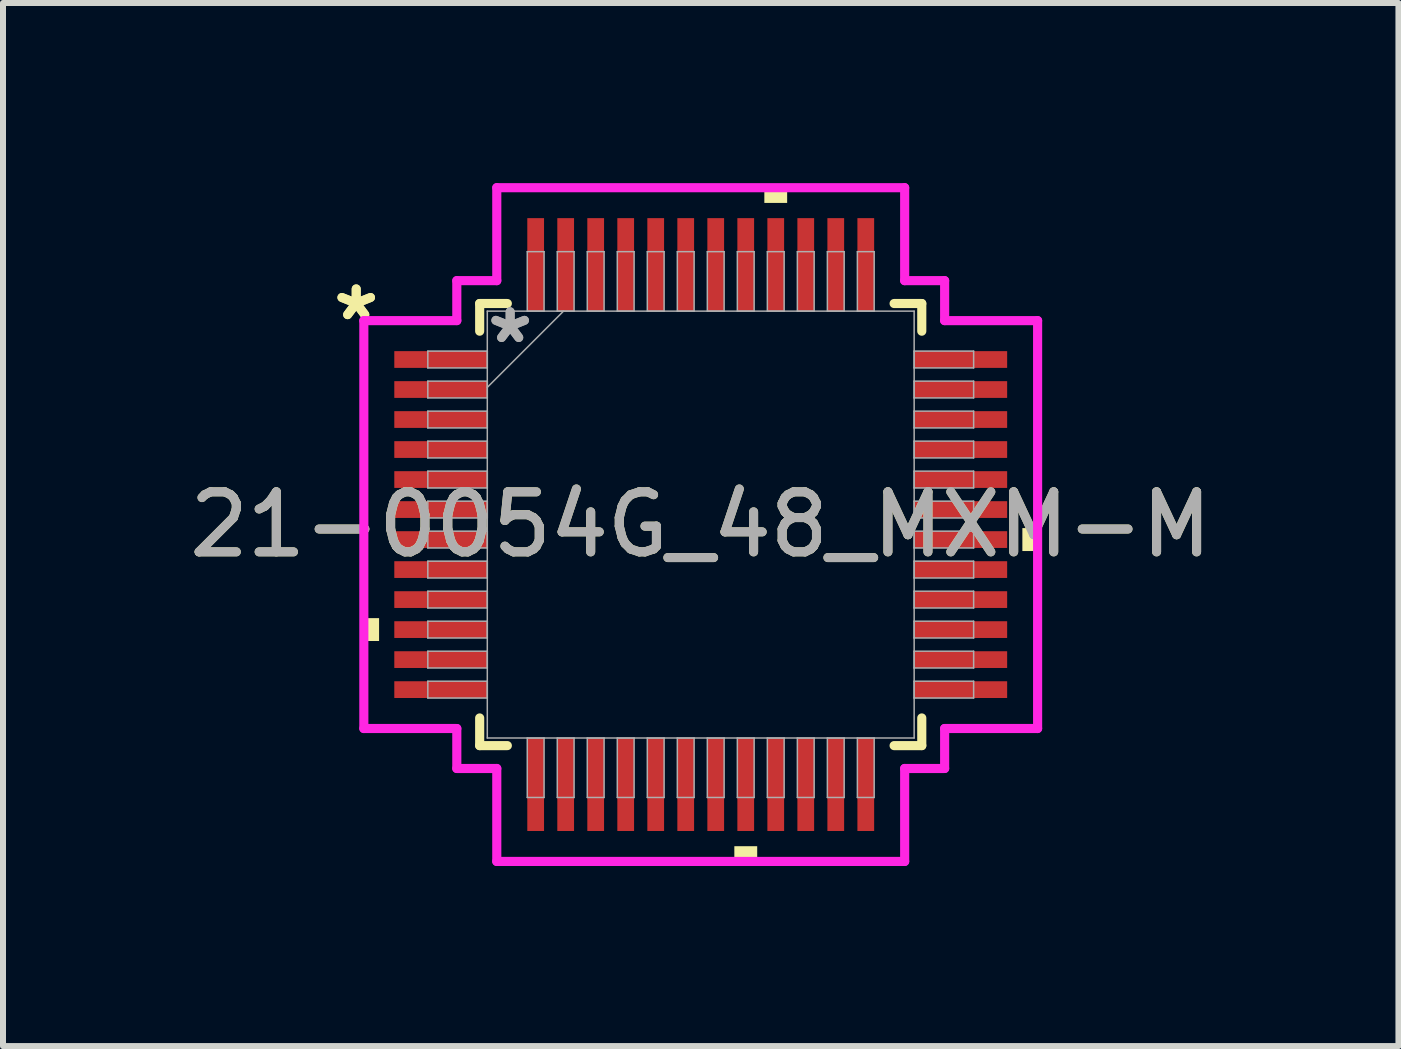
<source format=kicad_pcb>
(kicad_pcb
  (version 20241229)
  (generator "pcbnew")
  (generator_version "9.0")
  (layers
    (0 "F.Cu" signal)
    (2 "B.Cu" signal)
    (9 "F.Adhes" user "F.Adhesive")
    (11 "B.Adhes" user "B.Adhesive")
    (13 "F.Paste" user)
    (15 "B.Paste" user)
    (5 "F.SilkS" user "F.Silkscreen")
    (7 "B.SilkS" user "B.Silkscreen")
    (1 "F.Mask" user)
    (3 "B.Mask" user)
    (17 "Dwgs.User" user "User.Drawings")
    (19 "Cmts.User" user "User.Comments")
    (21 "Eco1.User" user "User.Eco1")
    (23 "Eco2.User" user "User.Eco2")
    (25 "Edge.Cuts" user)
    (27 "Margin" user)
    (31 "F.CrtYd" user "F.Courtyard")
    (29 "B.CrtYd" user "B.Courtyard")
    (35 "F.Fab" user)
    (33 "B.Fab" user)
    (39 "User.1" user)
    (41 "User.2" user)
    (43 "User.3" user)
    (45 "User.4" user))
  (footprint "21-0054G_48_MXM-M"
    (layer "F.Cu")
    (at 8.625 5.69)
    (property "Reference" "21-0054G_48_MXM-M" (at 0 0 0) (unlocked yes) (layer "F.SilkS") (effects (font (size 1 1) (thickness 0.15))))
    (attr smd)
    (fp_line (start -3.683 -3.683) (end -3.683 -3.222) (stroke (width 0.152) (type solid)) (layer "F.SilkS"))
    (fp_line (start -3.683 3.222) (end -3.683 3.683) (stroke (width 0.152) (type solid)) (layer "F.SilkS"))
    (fp_line (start -3.683 3.683) (end -3.222 3.683) (stroke (width 0.152) (type solid)) (layer "F.SilkS"))
    (fp_line (start -3.222 -3.683) (end -3.683 -3.683) (stroke (width 0.152) (type solid)) (layer "F.SilkS"))
    (fp_line (start 3.222 3.683) (end 3.683 3.683) (stroke (width 0.152) (type solid)) (layer "F.SilkS"))
    (fp_line (start 3.683 -3.683) (end 3.222 -3.683) (stroke (width 0.152) (type solid)) (layer "F.SilkS"))
    (fp_line (start 3.683 -3.222) (end 3.683 -3.683) (stroke (width 0.152) (type solid)) (layer "F.SilkS"))
    (fp_line (start 3.683 3.683) (end 3.683 3.222) (stroke (width 0.152) (type solid)) (layer "F.SilkS"))
    (fp_poly (pts (xy -5.613 1.559) (xy -5.613 1.94) (xy -5.359 1.94) (xy -5.359 1.559)) (stroke (width 0) (type solid)) (fill yes) (layer "F.SilkS"))
    (fp_poly (pts (xy 0.56 5.359) (xy 0.56 5.613) (xy 0.941 5.613) (xy 0.941 5.359)) (stroke (width 0) (type solid)) (fill yes) (layer "F.SilkS"))
    (fp_poly (pts (xy 1.06 -5.359) (xy 1.06 -5.613) (xy 1.44 -5.613) (xy 1.44 -5.359)) (stroke (width 0) (type solid)) (fill yes) (layer "F.SilkS"))
    (fp_poly (pts (xy 5.613 0.059) (xy 5.613 0.441) (xy 5.359 0.441) (xy 5.359 0.059)) (stroke (width 0) (type solid)) (fill yes) (layer "F.SilkS"))
    (fp_line (start -5.613 -3.398) (end -4.064 -3.398) (stroke (width 0.152) (type solid)) (layer "F.CrtYd"))
    (fp_line (start -5.613 3.398) (end -5.613 -3.398) (stroke (width 0.152) (type solid)) (layer "F.CrtYd"))
    (fp_line (start -4.064 -4.064) (end -3.398 -4.064) (stroke (width 0.152) (type solid)) (layer "F.CrtYd"))
    (fp_line (start -4.064 -3.398) (end -4.064 -4.064) (stroke (width 0.152) (type solid)) (layer "F.CrtYd"))
    (fp_line (start -4.064 3.398) (end -5.613 3.398) (stroke (width 0.152) (type solid)) (layer "F.CrtYd"))
    (fp_line (start -4.064 4.064) (end -4.064 3.398) (stroke (width 0.152) (type solid)) (layer "F.CrtYd"))
    (fp_line (start -4.064 4.064) (end -3.398 4.064) (stroke (width 0.152) (type solid)) (layer "F.CrtYd"))
    (fp_line (start -3.398 -5.613) (end 3.398 -5.613) (stroke (width 0.152) (type solid)) (layer "F.CrtYd"))
    (fp_line (start -3.398 -4.064) (end -3.398 -5.613) (stroke (width 0.152) (type solid)) (layer "F.CrtYd"))
    (fp_line (start -3.398 4.064) (end -3.398 5.613) (stroke (width 0.152) (type solid)) (layer "F.CrtYd"))
    (fp_line (start -3.398 5.613) (end 3.398 5.613) (stroke (width 0.152) (type solid)) (layer "F.CrtYd"))
    (fp_line (start 3.398 -5.613) (end 3.398 -4.064) (stroke (width 0.152) (type solid)) (layer "F.CrtYd"))
    (fp_line (start 3.398 -4.064) (end 4.064 -4.064) (stroke (width 0.152) (type solid)) (layer "F.CrtYd"))
    (fp_line (start 3.398 4.064) (end 4.064 4.064) (stroke (width 0.152) (type solid)) (layer "F.CrtYd"))
    (fp_line (start 3.398 5.613) (end 3.398 4.064) (stroke (width 0.152) (type solid)) (layer "F.CrtYd"))
    (fp_line (start 4.064 -3.398) (end 4.064 -4.064) (stroke (width 0.152) (type solid)) (layer "F.CrtYd"))
    (fp_line (start 4.064 3.398) (end 5.613 3.398) (stroke (width 0.152) (type solid)) (layer "F.CrtYd"))
    (fp_line (start 4.064 4.064) (end 4.064 3.398) (stroke (width 0.152) (type solid)) (layer "F.CrtYd"))
    (fp_line (start 5.613 -3.398) (end 4.064 -3.398) (stroke (width 0.152) (type solid)) (layer "F.CrtYd"))
    (fp_line (start 5.613 3.398) (end 5.613 -3.398) (stroke (width 0.152) (type solid)) (layer "F.CrtYd"))
    (fp_line (start -4.547 -2.89) (end -4.547 -2.61) (stroke (width 0.025) (type solid)) (layer "F.Fab"))
    (fp_line (start -4.547 -2.61) (end -3.556 -2.61) (stroke (width 0.025) (type solid)) (layer "F.Fab"))
    (fp_line (start -4.547 -2.39) (end -4.547 -2.11) (stroke (width 0.025) (type solid)) (layer "F.Fab"))
    (fp_line (start -4.547 -2.11) (end -3.556 -2.11) (stroke (width 0.025) (type solid)) (layer "F.Fab"))
    (fp_line (start -4.547 -1.89) (end -4.547 -1.61) (stroke (width 0.025) (type solid)) (layer "F.Fab"))
    (fp_line (start -4.547 -1.61) (end -3.556 -1.61) (stroke (width 0.025) (type solid)) (layer "F.Fab"))
    (fp_line (start -4.547 -1.39) (end -4.547 -1.11) (stroke (width 0.025) (type solid)) (layer "F.Fab"))
    (fp_line (start -4.547 -1.11) (end -3.556 -1.11) (stroke (width 0.025) (type solid)) (layer "F.Fab"))
    (fp_line (start -4.547 -0.89) (end -4.547 -0.61) (stroke (width 0.025) (type solid)) (layer "F.Fab"))
    (fp_line (start -4.547 -0.61) (end -3.556 -0.61) (stroke (width 0.025) (type solid)) (layer "F.Fab"))
    (fp_line (start -4.547 -0.39) (end -4.547 -0.11) (stroke (width 0.025) (type solid)) (layer "F.Fab"))
    (fp_line (start -4.547 -0.11) (end -3.556 -0.11) (stroke (width 0.025) (type solid)) (layer "F.Fab"))
    (fp_line (start -4.547 0.11) (end -4.547 0.39) (stroke (width 0.025) (type solid)) (layer "F.Fab"))
    (fp_line (start -4.547 0.39) (end -3.556 0.39) (stroke (width 0.025) (type solid)) (layer "F.Fab"))
    (fp_line (start -4.547 0.61) (end -4.547 0.89) (stroke (width 0.025) (type solid)) (layer "F.Fab"))
    (fp_line (start -4.547 0.89) (end -3.556 0.89) (stroke (width 0.025) (type solid)) (layer "F.Fab"))
    (fp_line (start -4.547 1.11) (end -4.547 1.39) (stroke (width 0.025) (type solid)) (layer "F.Fab"))
    (fp_line (start -4.547 1.39) (end -3.556 1.39) (stroke (width 0.025) (type solid)) (layer "F.Fab"))
    (fp_line (start -4.547 1.61) (end -4.547 1.89) (stroke (width 0.025) (type solid)) (layer "F.Fab"))
    (fp_line (start -4.547 1.89) (end -3.556 1.89) (stroke (width 0.025) (type solid)) (layer "F.Fab"))
    (fp_line (start -4.547 2.11) (end -4.547 2.39) (stroke (width 0.025) (type solid)) (layer "F.Fab"))
    (fp_line (start -4.547 2.39) (end -3.556 2.39) (stroke (width 0.025) (type solid)) (layer "F.Fab"))
    (fp_line (start -4.547 2.61) (end -4.547 2.89) (stroke (width 0.025) (type solid)) (layer "F.Fab"))
    (fp_line (start -4.547 2.89) (end -3.556 2.89) (stroke (width 0.025) (type solid)) (layer "F.Fab"))
    (fp_line (start -3.556 -3.556) (end -3.556 3.556) (stroke (width 0.025) (type solid)) (layer "F.Fab"))
    (fp_line (start -3.556 -2.89) (end -4.547 -2.89) (stroke (width 0.025) (type solid)) (layer "F.Fab"))
    (fp_line (start -3.556 -2.61) (end -3.556 -2.89) (stroke (width 0.025) (type solid)) (layer "F.Fab"))
    (fp_line (start -3.556 -2.39) (end -4.547 -2.39) (stroke (width 0.025) (type solid)) (layer "F.Fab"))
    (fp_line (start -3.556 -2.286) (end -2.286 -3.556) (stroke (width 0.025) (type solid)) (layer "F.Fab"))
    (fp_line (start -3.556 -2.11) (end -3.556 -2.39) (stroke (width 0.025) (type solid)) (layer "F.Fab"))
    (fp_line (start -3.556 -1.89) (end -4.547 -1.89) (stroke (width 0.025) (type solid)) (layer "F.Fab"))
    (fp_line (start -3.556 -1.61) (end -3.556 -1.89) (stroke (width 0.025) (type solid)) (layer "F.Fab"))
    (fp_line (start -3.556 -1.39) (end -4.547 -1.39) (stroke (width 0.025) (type solid)) (layer "F.Fab"))
    (fp_line (start -3.556 -1.11) (end -3.556 -1.39) (stroke (width 0.025) (type solid)) (layer "F.Fab"))
    (fp_line (start -3.556 -0.89) (end -4.547 -0.89) (stroke (width 0.025) (type solid)) (layer "F.Fab"))
    (fp_line (start -3.556 -0.61) (end -3.556 -0.89) (stroke (width 0.025) (type solid)) (layer "F.Fab"))
    (fp_line (start -3.556 -0.39) (end -4.547 -0.39) (stroke (width 0.025) (type solid)) (layer "F.Fab"))
    (fp_line (start -3.556 -0.11) (end -3.556 -0.39) (stroke (width 0.025) (type solid)) (layer "F.Fab"))
    (fp_line (start -3.556 0.11) (end -4.547 0.11) (stroke (width 0.025) (type solid)) (layer "F.Fab"))
    (fp_line (start -3.556 0.39) (end -3.556 0.11) (stroke (width 0.025) (type solid)) (layer "F.Fab"))
    (fp_line (start -3.556 0.61) (end -4.547 0.61) (stroke (width 0.025) (type solid)) (layer "F.Fab"))
    (fp_line (start -3.556 0.89) (end -3.556 0.61) (stroke (width 0.025) (type solid)) (layer "F.Fab"))
    (fp_line (start -3.556 1.11) (end -4.547 1.11) (stroke (width 0.025) (type solid)) (layer "F.Fab"))
    (fp_line (start -3.556 1.39) (end -3.556 1.11) (stroke (width 0.025) (type solid)) (layer "F.Fab"))
    (fp_line (start -3.556 1.61) (end -4.547 1.61) (stroke (width 0.025) (type solid)) (layer "F.Fab"))
    (fp_line (start -3.556 1.89) (end -3.556 1.61) (stroke (width 0.025) (type solid)) (layer "F.Fab"))
    (fp_line (start -3.556 2.11) (end -4.547 2.11) (stroke (width 0.025) (type solid)) (layer "F.Fab"))
    (fp_line (start -3.556 2.39) (end -3.556 2.11) (stroke (width 0.025) (type solid)) (layer "F.Fab"))
    (fp_line (start -3.556 2.61) (end -4.547 2.61) (stroke (width 0.025) (type solid)) (layer "F.Fab"))
    (fp_line (start -3.556 2.89) (end -3.556 2.61) (stroke (width 0.025) (type solid)) (layer "F.Fab"))
    (fp_line (start -3.556 3.556) (end 3.556 3.556) (stroke (width 0.025) (type solid)) (layer "F.Fab"))
    (fp_line (start -2.89 -4.547) (end -2.89 -3.556) (stroke (width 0.025) (type solid)) (layer "F.Fab"))
    (fp_line (start -2.89 -3.556) (end -2.61 -3.556) (stroke (width 0.025) (type solid)) (layer "F.Fab"))
    (fp_line (start -2.89 3.556) (end -2.89 4.547) (stroke (width 0.025) (type solid)) (layer "F.Fab"))
    (fp_line (start -2.89 4.547) (end -2.61 4.547) (stroke (width 0.025) (type solid)) (layer "F.Fab"))
    (fp_line (start -2.61 -4.547) (end -2.89 -4.547) (stroke (width 0.025) (type solid)) (layer "F.Fab"))
    (fp_line (start -2.61 -3.556) (end -2.61 -4.547) (stroke (width 0.025) (type solid)) (layer "F.Fab"))
    (fp_line (start -2.61 3.556) (end -2.89 3.556) (stroke (width 0.025) (type solid)) (layer "F.Fab"))
    (fp_line (start -2.61 4.547) (end -2.61 3.556) (stroke (width 0.025) (type solid)) (layer "F.Fab"))
    (fp_line (start -2.39 -4.547) (end -2.39 -3.556) (stroke (width 0.025) (type solid)) (layer "F.Fab"))
    (fp_line (start -2.39 -3.556) (end -2.11 -3.556) (stroke (width 0.025) (type solid)) (layer "F.Fab"))
    (fp_line (start -2.39 3.556) (end -2.39 4.547) (stroke (width 0.025) (type solid)) (layer "F.Fab"))
    (fp_line (start -2.39 4.547) (end -2.11 4.547) (stroke (width 0.025) (type solid)) (layer "F.Fab"))
    (fp_line (start -2.11 -4.547) (end -2.39 -4.547) (stroke (width 0.025) (type solid)) (layer "F.Fab"))
    (fp_line (start -2.11 -3.556) (end -2.11 -4.547) (stroke (width 0.025) (type solid)) (layer "F.Fab"))
    (fp_line (start -2.11 3.556) (end -2.39 3.556) (stroke (width 0.025) (type solid)) (layer "F.Fab"))
    (fp_line (start -2.11 4.547) (end -2.11 3.556) (stroke (width 0.025) (type solid)) (layer "F.Fab"))
    (fp_line (start -1.89 -4.547) (end -1.89 -3.556) (stroke (width 0.025) (type solid)) (layer "F.Fab"))
    (fp_line (start -1.89 -3.556) (end -1.61 -3.556) (stroke (width 0.025) (type solid)) (layer "F.Fab"))
    (fp_line (start -1.89 3.556) (end -1.89 4.547) (stroke (width 0.025) (type solid)) (layer "F.Fab"))
    (fp_line (start -1.89 4.547) (end -1.61 4.547) (stroke (width 0.025) (type solid)) (layer "F.Fab"))
    (fp_line (start -1.61 -4.547) (end -1.89 -4.547) (stroke (width 0.025) (type solid)) (layer "F.Fab"))
    (fp_line (start -1.61 -3.556) (end -1.61 -4.547) (stroke (width 0.025) (type solid)) (layer "F.Fab"))
    (fp_line (start -1.61 3.556) (end -1.89 3.556) (stroke (width 0.025) (type solid)) (layer "F.Fab"))
    (fp_line (start -1.61 4.547) (end -1.61 3.556) (stroke (width 0.025) (type solid)) (layer "F.Fab"))
    (fp_line (start -1.39 -4.547) (end -1.39 -3.556) (stroke (width 0.025) (type solid)) (layer "F.Fab"))
    (fp_line (start -1.39 -3.556) (end -1.11 -3.556) (stroke (width 0.025) (type solid)) (layer "F.Fab"))
    (fp_line (start -1.39 3.556) (end -1.39 4.547) (stroke (width 0.025) (type solid)) (layer "F.Fab"))
    (fp_line (start -1.39 4.547) (end -1.11 4.547) (stroke (width 0.025) (type solid)) (layer "F.Fab"))
    (fp_line (start -1.11 -4.547) (end -1.39 -4.547) (stroke (width 0.025) (type solid)) (layer "F.Fab"))
    (fp_line (start -1.11 -3.556) (end -1.11 -4.547) (stroke (width 0.025) (type solid)) (layer "F.Fab"))
    (fp_line (start -1.11 3.556) (end -1.39 3.556) (stroke (width 0.025) (type solid)) (layer "F.Fab"))
    (fp_line (start -1.11 4.547) (end -1.11 3.556) (stroke (width 0.025) (type solid)) (layer "F.Fab"))
    (fp_line (start -0.89 -4.547) (end -0.89 -3.556) (stroke (width 0.025) (type solid)) (layer "F.Fab"))
    (fp_line (start -0.89 -3.556) (end -0.61 -3.556) (stroke (width 0.025) (type solid)) (layer "F.Fab"))
    (fp_line (start -0.89 3.556) (end -0.89 4.547) (stroke (width 0.025) (type solid)) (layer "F.Fab"))
    (fp_line (start -0.89 4.547) (end -0.61 4.547) (stroke (width 0.025) (type solid)) (layer "F.Fab"))
    (fp_line (start -0.61 -4.547) (end -0.89 -4.547) (stroke (width 0.025) (type solid)) (layer "F.Fab"))
    (fp_line (start -0.61 -3.556) (end -0.61 -4.547) (stroke (width 0.025) (type solid)) (layer "F.Fab"))
    (fp_line (start -0.61 3.556) (end -0.89 3.556) (stroke (width 0.025) (type solid)) (layer "F.Fab"))
    (fp_line (start -0.61 4.547) (end -0.61 3.556) (stroke (width 0.025) (type solid)) (layer "F.Fab"))
    (fp_line (start -0.39 -4.547) (end -0.39 -3.556) (stroke (width 0.025) (type solid)) (layer "F.Fab"))
    (fp_line (start -0.39 -3.556) (end -0.11 -3.556) (stroke (width 0.025) (type solid)) (layer "F.Fab"))
    (fp_line (start -0.39 3.556) (end -0.39 4.547) (stroke (width 0.025) (type solid)) (layer "F.Fab"))
    (fp_line (start -0.39 4.547) (end -0.11 4.547) (stroke (width 0.025) (type solid)) (layer "F.Fab"))
    (fp_line (start -0.11 -4.547) (end -0.39 -4.547) (stroke (width 0.025) (type solid)) (layer "F.Fab"))
    (fp_line (start -0.11 -3.556) (end -0.11 -4.547) (stroke (width 0.025) (type solid)) (layer "F.Fab"))
    (fp_line (start -0.11 3.556) (end -0.39 3.556) (stroke (width 0.025) (type solid)) (layer "F.Fab"))
    (fp_line (start -0.11 4.547) (end -0.11 3.556) (stroke (width 0.025) (type solid)) (layer "F.Fab"))
    (fp_line (start 0.11 -4.547) (end 0.11 -3.556) (stroke (width 0.025) (type solid)) (layer "F.Fab"))
    (fp_line (start 0.11 -3.556) (end 0.39 -3.556) (stroke (width 0.025) (type solid)) (layer "F.Fab"))
    (fp_line (start 0.11 3.556) (end 0.11 4.547) (stroke (width 0.025) (type solid)) (layer "F.Fab"))
    (fp_line (start 0.11 4.547) (end 0.39 4.547) (stroke (width 0.025) (type solid)) (layer "F.Fab"))
    (fp_line (start 0.39 -4.547) (end 0.11 -4.547) (stroke (width 0.025) (type solid)) (layer "F.Fab"))
    (fp_line (start 0.39 -3.556) (end 0.39 -4.547) (stroke (width 0.025) (type solid)) (layer "F.Fab"))
    (fp_line (start 0.39 3.556) (end 0.11 3.556) (stroke (width 0.025) (type solid)) (layer "F.Fab"))
    (fp_line (start 0.39 4.547) (end 0.39 3.556) (stroke (width 0.025) (type solid)) (layer "F.Fab"))
    (fp_line (start 0.61 -4.547) (end 0.61 -3.556) (stroke (width 0.025) (type solid)) (layer "F.Fab"))
    (fp_line (start 0.61 -3.556) (end 0.89 -3.556) (stroke (width 0.025) (type solid)) (layer "F.Fab"))
    (fp_line (start 0.61 3.556) (end 0.61 4.547) (stroke (width 0.025) (type solid)) (layer "F.Fab"))
    (fp_line (start 0.61 4.547) (end 0.89 4.547) (stroke (width 0.025) (type solid)) (layer "F.Fab"))
    (fp_line (start 0.89 -4.547) (end 0.61 -4.547) (stroke (width 0.025) (type solid)) (layer "F.Fab"))
    (fp_line (start 0.89 -3.556) (end 0.89 -4.547) (stroke (width 0.025) (type solid)) (layer "F.Fab"))
    (fp_line (start 0.89 3.556) (end 0.61 3.556) (stroke (width 0.025) (type solid)) (layer "F.Fab"))
    (fp_line (start 0.89 4.547) (end 0.89 3.556) (stroke (width 0.025) (type solid)) (layer "F.Fab"))
    (fp_line (start 1.11 -4.547) (end 1.11 -3.556) (stroke (width 0.025) (type solid)) (layer "F.Fab"))
    (fp_line (start 1.11 -3.556) (end 1.39 -3.556) (stroke (width 0.025) (type solid)) (layer "F.Fab"))
    (fp_line (start 1.11 3.556) (end 1.11 4.547) (stroke (width 0.025) (type solid)) (layer "F.Fab"))
    (fp_line (start 1.11 4.547) (end 1.39 4.547) (stroke (width 0.025) (type solid)) (layer "F.Fab"))
    (fp_line (start 1.39 -4.547) (end 1.11 -4.547) (stroke (width 0.025) (type solid)) (layer "F.Fab"))
    (fp_line (start 1.39 -3.556) (end 1.39 -4.547) (stroke (width 0.025) (type solid)) (layer "F.Fab"))
    (fp_line (start 1.39 3.556) (end 1.11 3.556) (stroke (width 0.025) (type solid)) (layer "F.Fab"))
    (fp_line (start 1.39 4.547) (end 1.39 3.556) (stroke (width 0.025) (type solid)) (layer "F.Fab"))
    (fp_line (start 1.61 -4.547) (end 1.61 -3.556) (stroke (width 0.025) (type solid)) (layer "F.Fab"))
    (fp_line (start 1.61 -3.556) (end 1.89 -3.556) (stroke (width 0.025) (type solid)) (layer "F.Fab"))
    (fp_line (start 1.61 3.556) (end 1.61 4.547) (stroke (width 0.025) (type solid)) (layer "F.Fab"))
    (fp_line (start 1.61 4.547) (end 1.89 4.547) (stroke (width 0.025) (type solid)) (layer "F.Fab"))
    (fp_line (start 1.89 -4.547) (end 1.61 -4.547) (stroke (width 0.025) (type solid)) (layer "F.Fab"))
    (fp_line (start 1.89 -3.556) (end 1.89 -4.547) (stroke (width 0.025) (type solid)) (layer "F.Fab"))
    (fp_line (start 1.89 3.556) (end 1.61 3.556) (stroke (width 0.025) (type solid)) (layer "F.Fab"))
    (fp_line (start 1.89 4.547) (end 1.89 3.556) (stroke (width 0.025) (type solid)) (layer "F.Fab"))
    (fp_line (start 2.11 -4.547) (end 2.11 -3.556) (stroke (width 0.025) (type solid)) (layer "F.Fab"))
    (fp_line (start 2.11 -3.556) (end 2.39 -3.556) (stroke (width 0.025) (type solid)) (layer "F.Fab"))
    (fp_line (start 2.11 3.556) (end 2.11 4.547) (stroke (width 0.025) (type solid)) (layer "F.Fab"))
    (fp_line (start 2.11 4.547) (end 2.39 4.547) (stroke (width 0.025) (type solid)) (layer "F.Fab"))
    (fp_line (start 2.39 -4.547) (end 2.11 -4.547) (stroke (width 0.025) (type solid)) (layer "F.Fab"))
    (fp_line (start 2.39 -3.556) (end 2.39 -4.547) (stroke (width 0.025) (type solid)) (layer "F.Fab"))
    (fp_line (start 2.39 3.556) (end 2.11 3.556) (stroke (width 0.025) (type solid)) (layer "F.Fab"))
    (fp_line (start 2.39 4.547) (end 2.39 3.556) (stroke (width 0.025) (type solid)) (layer "F.Fab"))
    (fp_line (start 2.61 -4.547) (end 2.61 -3.556) (stroke (width 0.025) (type solid)) (layer "F.Fab"))
    (fp_line (start 2.61 -3.556) (end 2.89 -3.556) (stroke (width 0.025) (type solid)) (layer "F.Fab"))
    (fp_line (start 2.61 3.556) (end 2.61 4.547) (stroke (width 0.025) (type solid)) (layer "F.Fab"))
    (fp_line (start 2.61 4.547) (end 2.89 4.547) (stroke (width 0.025) (type solid)) (layer "F.Fab"))
    (fp_line (start 2.89 -4.547) (end 2.61 -4.547) (stroke (width 0.025) (type solid)) (layer "F.Fab"))
    (fp_line (start 2.89 -3.556) (end 2.89 -4.547) (stroke (width 0.025) (type solid)) (layer "F.Fab"))
    (fp_line (start 2.89 3.556) (end 2.61 3.556) (stroke (width 0.025) (type solid)) (layer "F.Fab"))
    (fp_line (start 2.89 4.547) (end 2.89 3.556) (stroke (width 0.025) (type solid)) (layer "F.Fab"))
    (fp_line (start 3.556 -3.556) (end -3.556 -3.556) (stroke (width 0.025) (type solid)) (layer "F.Fab"))
    (fp_line (start 3.556 -2.89) (end 3.556 -2.61) (stroke (width 0.025) (type solid)) (layer "F.Fab"))
    (fp_line (start 3.556 -2.61) (end 4.547 -2.61) (stroke (width 0.025) (type solid)) (layer "F.Fab"))
    (fp_line (start 3.556 -2.39) (end 3.556 -2.11) (stroke (width 0.025) (type solid)) (layer "F.Fab"))
    (fp_line (start 3.556 -2.11) (end 4.547 -2.11) (stroke (width 0.025) (type solid)) (layer "F.Fab"))
    (fp_line (start 3.556 -1.89) (end 3.556 -1.61) (stroke (width 0.025) (type solid)) (layer "F.Fab"))
    (fp_line (start 3.556 -1.61) (end 4.547 -1.61) (stroke (width 0.025) (type solid)) (layer "F.Fab"))
    (fp_line (start 3.556 -1.39) (end 3.556 -1.11) (stroke (width 0.025) (type solid)) (layer "F.Fab"))
    (fp_line (start 3.556 -1.11) (end 4.547 -1.11) (stroke (width 0.025) (type solid)) (layer "F.Fab"))
    (fp_line (start 3.556 -0.89) (end 3.556 -0.61) (stroke (width 0.025) (type solid)) (layer "F.Fab"))
    (fp_line (start 3.556 -0.61) (end 4.547 -0.61) (stroke (width 0.025) (type solid)) (layer "F.Fab"))
    (fp_line (start 3.556 -0.39) (end 3.556 -0.11) (stroke (width 0.025) (type solid)) (layer "F.Fab"))
    (fp_line (start 3.556 -0.11) (end 4.547 -0.11) (stroke (width 0.025) (type solid)) (layer "F.Fab"))
    (fp_line (start 3.556 0.11) (end 3.556 0.39) (stroke (width 0.025) (type solid)) (layer "F.Fab"))
    (fp_line (start 3.556 0.39) (end 4.547 0.39) (stroke (width 0.025) (type solid)) (layer "F.Fab"))
    (fp_line (start 3.556 0.61) (end 3.556 0.89) (stroke (width 0.025) (type solid)) (layer "F.Fab"))
    (fp_line (start 3.556 0.89) (end 4.547 0.89) (stroke (width 0.025) (type solid)) (layer "F.Fab"))
    (fp_line (start 3.556 1.11) (end 3.556 1.39) (stroke (width 0.025) (type solid)) (layer "F.Fab"))
    (fp_line (start 3.556 1.39) (end 4.547 1.39) (stroke (width 0.025) (type solid)) (layer "F.Fab"))
    (fp_line (start 3.556 1.61) (end 3.556 1.89) (stroke (width 0.025) (type solid)) (layer "F.Fab"))
    (fp_line (start 3.556 1.89) (end 4.547 1.89) (stroke (width 0.025) (type solid)) (layer "F.Fab"))
    (fp_line (start 3.556 2.11) (end 3.556 2.39) (stroke (width 0.025) (type solid)) (layer "F.Fab"))
    (fp_line (start 3.556 2.39) (end 4.547 2.39) (stroke (width 0.025) (type solid)) (layer "F.Fab"))
    (fp_line (start 3.556 2.61) (end 3.556 2.89) (stroke (width 0.025) (type solid)) (layer "F.Fab"))
    (fp_line (start 3.556 2.89) (end 4.547 2.89) (stroke (width 0.025) (type solid)) (layer "F.Fab"))
    (fp_line (start 3.556 3.556) (end 3.556 -3.556) (stroke (width 0.025) (type solid)) (layer "F.Fab"))
    (fp_line (start 4.547 -2.89) (end 3.556 -2.89) (stroke (width 0.025) (type solid)) (layer "F.Fab"))
    (fp_line (start 4.547 -2.61) (end 4.547 -2.89) (stroke (width 0.025) (type solid)) (layer "F.Fab"))
    (fp_line (start 4.547 -2.39) (end 3.556 -2.39) (stroke (width 0.025) (type solid)) (layer "F.Fab"))
    (fp_line (start 4.547 -2.11) (end 4.547 -2.39) (stroke (width 0.025) (type solid)) (layer "F.Fab"))
    (fp_line (start 4.547 -1.89) (end 3.556 -1.89) (stroke (width 0.025) (type solid)) (layer "F.Fab"))
    (fp_line (start 4.547 -1.61) (end 4.547 -1.89) (stroke (width 0.025) (type solid)) (layer "F.Fab"))
    (fp_line (start 4.547 -1.39) (end 3.556 -1.39) (stroke (width 0.025) (type solid)) (layer "F.Fab"))
    (fp_line (start 4.547 -1.11) (end 4.547 -1.39) (stroke (width 0.025) (type solid)) (layer "F.Fab"))
    (fp_line (start 4.547 -0.89) (end 3.556 -0.89) (stroke (width 0.025) (type solid)) (layer "F.Fab"))
    (fp_line (start 4.547 -0.61) (end 4.547 -0.89) (stroke (width 0.025) (type solid)) (layer "F.Fab"))
    (fp_line (start 4.547 -0.39) (end 3.556 -0.39) (stroke (width 0.025) (type solid)) (layer "F.Fab"))
    (fp_line (start 4.547 -0.11) (end 4.547 -0.39) (stroke (width 0.025) (type solid)) (layer "F.Fab"))
    (fp_line (start 4.547 0.11) (end 3.556 0.11) (stroke (width 0.025) (type solid)) (layer "F.Fab"))
    (fp_line (start 4.547 0.39) (end 4.547 0.11) (stroke (width 0.025) (type solid)) (layer "F.Fab"))
    (fp_line (start 4.547 0.61) (end 3.556 0.61) (stroke (width 0.025) (type solid)) (layer "F.Fab"))
    (fp_line (start 4.547 0.89) (end 4.547 0.61) (stroke (width 0.025) (type solid)) (layer "F.Fab"))
    (fp_line (start 4.547 1.11) (end 3.556 1.11) (stroke (width 0.025) (type solid)) (layer "F.Fab"))
    (fp_line (start 4.547 1.39) (end 4.547 1.11) (stroke (width 0.025) (type solid)) (layer "F.Fab"))
    (fp_line (start 4.547 1.61) (end 3.556 1.61) (stroke (width 0.025) (type solid)) (layer "F.Fab"))
    (fp_line (start 4.547 1.89) (end 4.547 1.61) (stroke (width 0.025) (type solid)) (layer "F.Fab"))
    (fp_line (start 4.547 2.11) (end 3.556 2.11) (stroke (width 0.025) (type solid)) (layer "F.Fab"))
    (fp_line (start 4.547 2.39) (end 4.547 2.11) (stroke (width 0.025) (type solid)) (layer "F.Fab"))
    (fp_line (start 4.547 2.61) (end 3.556 2.61) (stroke (width 0.025) (type solid)) (layer "F.Fab"))
    (fp_line (start 4.547 2.89) (end 4.547 2.61) (stroke (width 0.025) (type solid)) (layer "F.Fab"))
    (fp_text user "*" (at -5.74 -3.381 0) (unlocked yes) (layer "F.SilkS") (effects (font (size 1 1) (thickness 0.15))))
    (fp_text user "*" (at -5.74 -3.381 0) (layer "F.SilkS") (effects (font (size 1 1) (thickness 0.15))))
    (fp_text user "*" (at -3.175 -3 0) (layer "F.Fab") (effects (font (size 1 1) (thickness 0.15))))
    (fp_text user "${REFERENCE}" (at 0 0 0) (unlocked yes) (layer "F.Fab") (effects (font (size 1 1) (thickness 0.15))))
    (fp_text user "*" (at -3.175 -3 0) (unlocked yes) (layer "F.Fab") (effects (font (size 1 1) (thickness 0.15))))
    (pad "1" smd rect (at -4.331 -2.75 90) (size 0.279 1.549) (layers "F.Cu" "F.Mask" "F.Paste"))
    (pad "2" smd rect (at -4.331 -2.25 90) (size 0.279 1.549) (layers "F.Cu" "F.Mask" "F.Paste"))
    (pad "3" smd rect (at -4.331 -1.75 90) (size 0.279 1.549) (layers "F.Cu" "F.Mask" "F.Paste"))
    (pad "4" smd rect (at -4.331 -1.25 90) (size 0.279 1.549) (layers "F.Cu" "F.Mask" "F.Paste"))
    (pad "5" smd rect (at -4.331 -0.75 90) (size 0.279 1.549) (layers "F.Cu" "F.Mask" "F.Paste"))
    (pad "6" smd rect (at -4.331 -0.25 90) (size 0.279 1.549) (layers "F.Cu" "F.Mask" "F.Paste"))
    (pad "7" smd rect (at -4.331 0.25 90) (size 0.279 1.549) (layers "F.Cu" "F.Mask" "F.Paste"))
    (pad "8" smd rect (at -4.331 0.75 90) (size 0.279 1.549) (layers "F.Cu" "F.Mask" "F.Paste"))
    (pad "9" smd rect (at -4.331 1.25 90) (size 0.279 1.549) (layers "F.Cu" "F.Mask" "F.Paste"))
    (pad "10" smd rect (at -4.331 1.75 90) (size 0.279 1.549) (layers "F.Cu" "F.Mask" "F.Paste"))
    (pad "11" smd rect (at -4.331 2.25 90) (size 0.279 1.549) (layers "F.Cu" "F.Mask" "F.Paste"))
    (pad "12" smd rect (at -4.331 2.75 90) (size 0.279 1.549) (layers "F.Cu" "F.Mask" "F.Paste"))
    (pad "13" smd rect (at -2.75 4.331) (size 0.279 1.549) (layers "F.Cu" "F.Mask" "F.Paste"))
    (pad "14" smd rect (at -2.25 4.331) (size 0.279 1.549) (layers "F.Cu" "F.Mask" "F.Paste"))
    (pad "15" smd rect (at -1.75 4.331) (size 0.279 1.549) (layers "F.Cu" "F.Mask" "F.Paste"))
    (pad "16" smd rect (at -1.25 4.331) (size 0.279 1.549) (layers "F.Cu" "F.Mask" "F.Paste"))
    (pad "17" smd rect (at -0.75 4.331) (size 0.279 1.549) (layers "F.Cu" "F.Mask" "F.Paste"))
    (pad "18" smd rect (at -0.25 4.331) (size 0.279 1.549) (layers "F.Cu" "F.Mask" "F.Paste"))
    (pad "19" smd rect (at 0.25 4.331) (size 0.279 1.549) (layers "F.Cu" "F.Mask" "F.Paste"))
    (pad "20" smd rect (at 0.75 4.331) (size 0.279 1.549) (layers "F.Cu" "F.Mask" "F.Paste"))
    (pad "21" smd rect (at 1.25 4.331) (size 0.279 1.549) (layers "F.Cu" "F.Mask" "F.Paste"))
    (pad "22" smd rect (at 1.75 4.331) (size 0.279 1.549) (layers "F.Cu" "F.Mask" "F.Paste"))
    (pad "23" smd rect (at 2.25 4.331) (size 0.279 1.549) (layers "F.Cu" "F.Mask" "F.Paste"))
    (pad "24" smd rect (at 2.75 4.331) (size 0.279 1.549) (layers "F.Cu" "F.Mask" "F.Paste"))
    (pad "25" smd rect (at 4.331 2.75 90) (size 0.279 1.549) (layers "F.Cu" "F.Mask" "F.Paste"))
    (pad "26" smd rect (at 4.331 2.25 90) (size 0.279 1.549) (layers "F.Cu" "F.Mask" "F.Paste"))
    (pad "27" smd rect (at 4.331 1.75 90) (size 0.279 1.549) (layers "F.Cu" "F.Mask" "F.Paste"))
    (pad "28" smd rect (at 4.331 1.25 90) (size 0.279 1.549) (layers "F.Cu" "F.Mask" "F.Paste"))
    (pad "29" smd rect (at 4.331 0.75 90) (size 0.279 1.549) (layers "F.Cu" "F.Mask" "F.Paste"))
    (pad "30" smd rect (at 4.331 0.25 90) (size 0.279 1.549) (layers "F.Cu" "F.Mask" "F.Paste"))
    (pad "31" smd rect (at 4.331 -0.25 90) (size 0.279 1.549) (layers "F.Cu" "F.Mask" "F.Paste"))
    (pad "32" smd rect (at 4.331 -0.75 90) (size 0.279 1.549) (layers "F.Cu" "F.Mask" "F.Paste"))
    (pad "33" smd rect (at 4.331 -1.25 90) (size 0.279 1.549) (layers "F.Cu" "F.Mask" "F.Paste"))
    (pad "34" smd rect (at 4.331 -1.75 90) (size 0.279 1.549) (layers "F.Cu" "F.Mask" "F.Paste"))
    (pad "35" smd rect (at 4.331 -2.25 90) (size 0.279 1.549) (layers "F.Cu" "F.Mask" "F.Paste"))
    (pad "36" smd rect (at 4.331 -2.75 90) (size 0.279 1.549) (layers "F.Cu" "F.Mask" "F.Paste"))
    (pad "37" smd rect (at 2.75 -4.331) (size 0.279 1.549) (layers "F.Cu" "F.Mask" "F.Paste"))
    (pad "38" smd rect (at 2.25 -4.331) (size 0.279 1.549) (layers "F.Cu" "F.Mask" "F.Paste"))
    (pad "39" smd rect (at 1.75 -4.331) (size 0.279 1.549) (layers "F.Cu" "F.Mask" "F.Paste"))
    (pad "40" smd rect (at 1.25 -4.331) (size 0.279 1.549) (layers "F.Cu" "F.Mask" "F.Paste"))
    (pad "41" smd rect (at 0.75 -4.331) (size 0.279 1.549) (layers "F.Cu" "F.Mask" "F.Paste"))
    (pad "42" smd rect (at 0.25 -4.331) (size 0.279 1.549) (layers "F.Cu" "F.Mask" "F.Paste"))
    (pad "43" smd rect (at -0.25 -4.331) (size 0.279 1.549) (layers "F.Cu" "F.Mask" "F.Paste"))
    (pad "44" smd rect (at -0.75 -4.331) (size 0.279 1.549) (layers "F.Cu" "F.Mask" "F.Paste"))
    (pad "45" smd rect (at -1.25 -4.331) (size 0.279 1.549) (layers "F.Cu" "F.Mask" "F.Paste"))
    (pad "46" smd rect (at -1.75 -4.331) (size 0.279 1.549) (layers "F.Cu" "F.Mask" "F.Paste"))
    (pad "47" smd rect (at -2.25 -4.331) (size 0.279 1.549) (layers "F.Cu" "F.Mask" "F.Paste"))
    (pad "48" smd rect (at -2.75 -4.331) (size 0.279 1.549) (layers "F.Cu" "F.Mask" "F.Paste")))
  (gr_rect
    (start -3 -3)
    (end 20.25 14.379)
    (stroke (width 0.1) (type default))
    (fill no)
    (layer "Edge.Cuts")))
</source>
